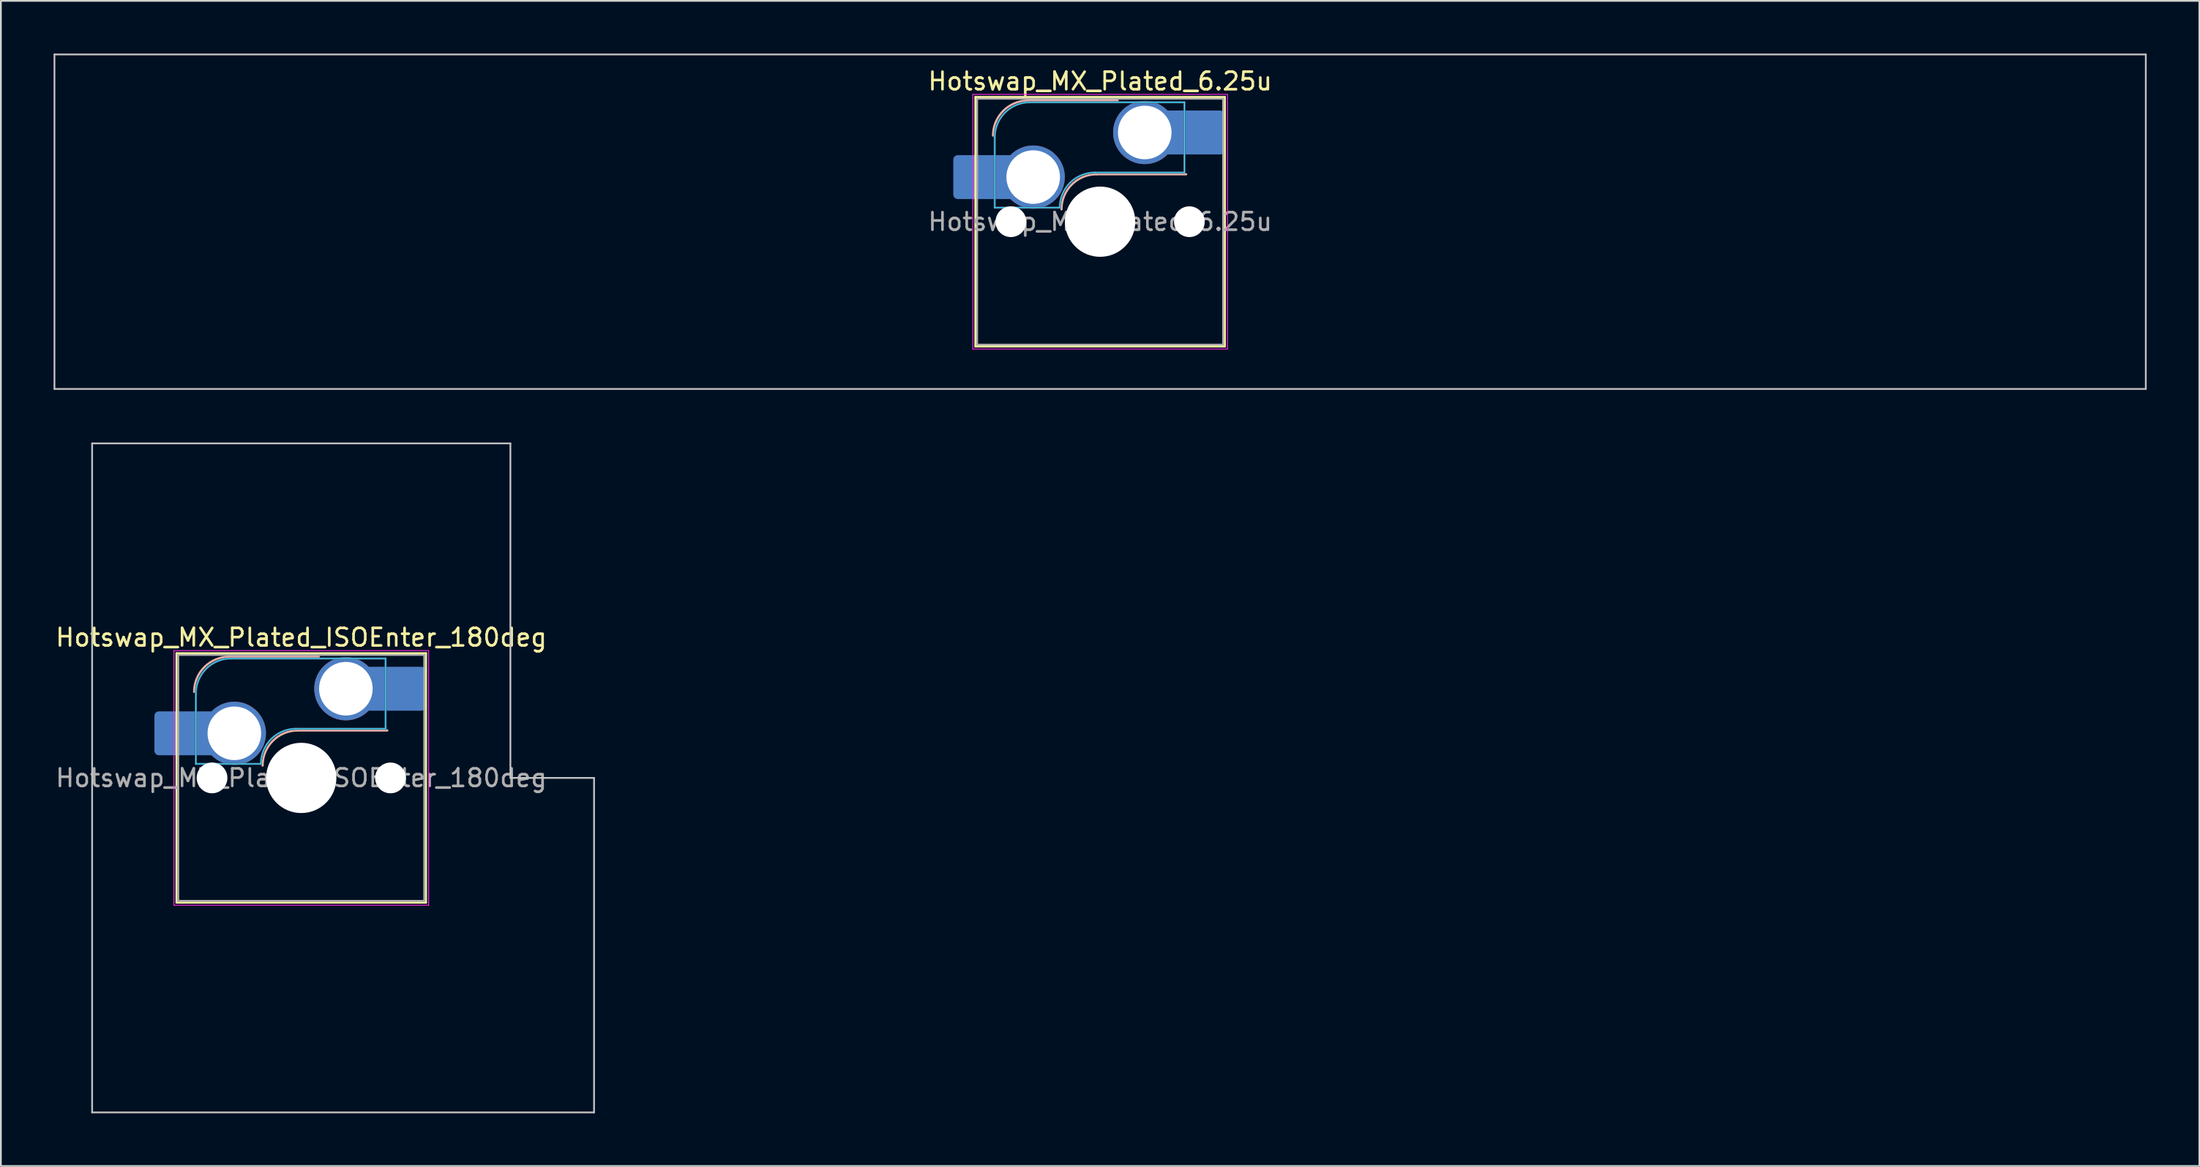
<source format=kicad_pcb>
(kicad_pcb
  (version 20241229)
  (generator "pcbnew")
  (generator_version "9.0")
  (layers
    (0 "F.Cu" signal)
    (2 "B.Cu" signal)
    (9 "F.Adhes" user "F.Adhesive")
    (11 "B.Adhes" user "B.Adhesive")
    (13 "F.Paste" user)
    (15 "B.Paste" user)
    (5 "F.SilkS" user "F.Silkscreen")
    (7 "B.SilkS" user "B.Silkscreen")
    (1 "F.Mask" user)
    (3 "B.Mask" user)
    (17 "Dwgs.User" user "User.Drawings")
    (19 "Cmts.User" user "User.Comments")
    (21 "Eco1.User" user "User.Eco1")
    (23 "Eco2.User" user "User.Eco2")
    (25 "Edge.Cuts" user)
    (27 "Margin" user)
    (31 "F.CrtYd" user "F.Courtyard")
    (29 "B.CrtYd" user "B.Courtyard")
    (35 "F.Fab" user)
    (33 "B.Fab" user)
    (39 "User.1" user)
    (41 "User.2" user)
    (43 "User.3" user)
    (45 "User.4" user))
  (footprint "Hotswap_MX_Plated_ISOEnter_180deg"
    (layer "F.Cu")
    (at 14.101 41.25)
    (property "Reference" "Hotswap_MX_Plated_ISOEnter_180deg" (at 0 -8 0) (layer "F.SilkS") (effects (font (size 1 1) (thickness 0.15))))
    (attr smd)
    (fp_line (start -7.1 -7.1) (end -7.1 7.1) (stroke (width 0.12) (type solid)) (layer "F.SilkS"))
    (fp_line (start -7.1 7.1) (end 7.1 7.1) (stroke (width 0.12) (type solid)) (layer "F.SilkS"))
    (fp_line (start 7.1 -7.1) (end -7.1 -7.1) (stroke (width 0.12) (type solid)) (layer "F.SilkS"))
    (fp_line (start 7.1 7.1) (end 7.1 -7.1) (stroke (width 0.12) (type solid)) (layer "F.SilkS"))
    (fp_line (start -4.1 -6.9) (end 1 -6.9) (stroke (width 0.12) (type solid)) (layer "B.SilkS"))
    (fp_line (start -0.2 -2.7) (end 4.9 -2.7) (stroke (width 0.12) (type solid)) (layer "B.SilkS"))
    (fp_arc (start -6.1 -4.9) (mid -5.514214 -6.314214) (end -4.1 -6.9) (stroke (width 0.12) (type solid)) (layer "B.SilkS"))
    (fp_arc (start -2.2 -0.7) (mid -1.614214 -2.114214) (end -0.2 -2.7) (stroke (width 0.12) (type solid)) (layer "B.SilkS"))
    (fp_line (start -11.906 -19.05) (end -11.906 19.05) (stroke (width 0.1) (type solid)) (layer "Dwgs.User"))
    (fp_line (start -11.906 19.05) (end 16.669 19.05) (stroke (width 0.1) (type solid)) (layer "Dwgs.User"))
    (fp_line (start 11.906 -19.05) (end -11.906 -19.05) (stroke (width 0.1) (type solid)) (layer "Dwgs.User"))
    (fp_line (start 11.906 0) (end 11.906 -19.05) (stroke (width 0.1) (type solid)) (layer "Dwgs.User"))
    (fp_line (start 16.669 0) (end 11.906 0) (stroke (width 0.1) (type solid)) (layer "Dwgs.User"))
    (fp_line (start 16.669 19.05) (end 16.669 0) (stroke (width 0.1) (type solid)) (layer "Dwgs.User"))
    (fp_line (start -7.8 -6) (end -7 -6) (stroke (width 0.1) (type solid)) (layer "Eco1.User"))
    (fp_line (start -7.8 -2.9) (end -7.8 -6) (stroke (width 0.1) (type solid)) (layer "Eco1.User"))
    (fp_line (start -7.8 2.9) (end -7 2.9) (stroke (width 0.1) (type solid)) (layer "Eco1.User"))
    (fp_line (start -7.8 6) (end -7.8 2.9) (stroke (width 0.1) (type solid)) (layer "Eco1.User"))
    (fp_line (start -7 -7) (end 7 -7) (stroke (width 0.1) (type solid)) (layer "Eco1.User"))
    (fp_line (start -7 -6) (end -7 -7) (stroke (width 0.1) (type solid)) (layer "Eco1.User"))
    (fp_line (start -7 -2.9) (end -7.8 -2.9) (stroke (width 0.1) (type solid)) (layer "Eco1.User"))
    (fp_line (start -7 2.9) (end -7 -2.9) (stroke (width 0.1) (type solid)) (layer "Eco1.User"))
    (fp_line (start -7 6) (end -7.8 6) (stroke (width 0.1) (type solid)) (layer "Eco1.User"))
    (fp_line (start -7 7) (end -7 6) (stroke (width 0.1) (type solid)) (layer "Eco1.User"))
    (fp_line (start 7 -7) (end 7 -6) (stroke (width 0.1) (type solid)) (layer "Eco1.User"))
    (fp_line (start 7 -6) (end 7.8 -6) (stroke (width 0.1) (type solid)) (layer "Eco1.User"))
    (fp_line (start 7 -2.9) (end 7 2.9) (stroke (width 0.1) (type solid)) (layer "Eco1.User"))
    (fp_line (start 7 2.9) (end 7.8 2.9) (stroke (width 0.1) (type solid)) (layer "Eco1.User"))
    (fp_line (start 7 6) (end 7 7) (stroke (width 0.1) (type solid)) (layer "Eco1.User"))
    (fp_line (start 7 7) (end -7 7) (stroke (width 0.1) (type solid)) (layer "Eco1.User"))
    (fp_line (start 7.8 -6) (end 7.8 -2.9) (stroke (width 0.1) (type solid)) (layer "Eco1.User"))
    (fp_line (start 7.8 -2.9) (end 7 -2.9) (stroke (width 0.1) (type solid)) (layer "Eco1.User"))
    (fp_line (start 7.8 2.9) (end 7.8 6) (stroke (width 0.1) (type solid)) (layer "Eco1.User"))
    (fp_line (start 7.8 6) (end 7 6) (stroke (width 0.1) (type solid)) (layer "Eco1.User"))
    (fp_line (start -6 -0.8) (end -6 -4.8) (stroke (width 0.05) (type solid)) (layer "B.CrtYd"))
    (fp_line (start -6 -0.8) (end -2.3 -0.8) (stroke (width 0.05) (type solid)) (layer "B.CrtYd"))
    (fp_line (start -4 -6.8) (end 4.8 -6.8) (stroke (width 0.05) (type solid)) (layer "B.CrtYd"))
    (fp_line (start -0.3 -2.8) (end 4.8 -2.8) (stroke (width 0.05) (type solid)) (layer "B.CrtYd"))
    (fp_line (start 4.8 -6.8) (end 4.8 -2.8) (stroke (width 0.05) (type solid)) (layer "B.CrtYd"))
    (fp_arc (start -6 -4.8) (mid -5.414214 -6.214214) (end -4 -6.8) (stroke (width 0.05) (type solid)) (layer "B.CrtYd"))
    (fp_arc (start -2.3 -0.8) (mid -1.714214 -2.214214) (end -0.3 -2.8) (stroke (width 0.05) (type solid)) (layer "B.CrtYd"))
    (fp_line (start -7.25 -7.25) (end -7.25 7.25) (stroke (width 0.05) (type solid)) (layer "F.CrtYd"))
    (fp_line (start -7.25 7.25) (end 7.25 7.25) (stroke (width 0.05) (type solid)) (layer "F.CrtYd"))
    (fp_line (start 7.25 -7.25) (end -7.25 -7.25) (stroke (width 0.05) (type solid)) (layer "F.CrtYd"))
    (fp_line (start 7.25 7.25) (end 7.25 -7.25) (stroke (width 0.05) (type solid)) (layer "F.CrtYd"))
    (fp_line (start -6 -0.8) (end -6 -4.8) (stroke (width 0.12) (type solid)) (layer "B.Fab"))
    (fp_line (start -6 -0.8) (end -2.3 -0.8) (stroke (width 0.12) (type solid)) (layer "B.Fab"))
    (fp_line (start -4 -6.8) (end 4.8 -6.8) (stroke (width 0.12) (type solid)) (layer "B.Fab"))
    (fp_line (start -0.3 -2.8) (end 4.8 -2.8) (stroke (width 0.12) (type solid)) (layer "B.Fab"))
    (fp_line (start 4.8 -6.8) (end 4.8 -2.8) (stroke (width 0.12) (type solid)) (layer "B.Fab"))
    (fp_arc (start -6 -4.8) (mid -5.414214 -6.214214) (end -4 -6.8) (stroke (width 0.12) (type solid)) (layer "B.Fab"))
    (fp_arc (start -2.3 -0.8) (mid -1.714214 -2.214214) (end -0.3 -2.8) (stroke (width 0.12) (type solid)) (layer "B.Fab"))
    (fp_line (start -7 -7) (end -7 7) (stroke (width 0.1) (type solid)) (layer "F.Fab"))
    (fp_line (start -7 7) (end 7 7) (stroke (width 0.1) (type solid)) (layer "F.Fab"))
    (fp_line (start 7 -7) (end -7 -7) (stroke (width 0.1) (type solid)) (layer "F.Fab"))
    (fp_line (start 7 7) (end 7 -7) (stroke (width 0.1) (type solid)) (layer "F.Fab"))
    (fp_text user "${REFERENCE}" (at 0 0 0) (layer "F.Fab") (effects (font (size 1 1) (thickness 0.15))))
    (pad "" smd roundrect (at -7.085 -2.54) (size 2.55 2.5) (layers "B.Mask" "B.Paste") (roundrect_rratio 0.1))
    (pad "" np_thru_hole circle (at -5.08 0) (size 1.75 1.75) (drill 1.75) (layers "*.Cu" "*.Mask"))
    (pad "" np_thru_hole circle (at 0 0) (size 4 4) (drill 4) (layers "*.Cu" "*.Mask"))
    (pad "" np_thru_hole circle (at 5.08 0) (size 1.75 1.75) (drill 1.75) (layers "*.Cu" "*.Mask"))
    (pad "" smd roundrect (at 5.842 -5.08) (size 2.55 2.5) (layers "B.Mask" "B.Paste") (roundrect_rratio 0.1))
    (pad "1" smd roundrect (at -6.585 -2.54) (size 3.55 2.5) (layers "B.Cu") (roundrect_rratio 0.1))
    (pad "1" thru_hole circle (at -3.81 -2.54) (size 3.6 3.6) (drill 3.05) (layers "*.Cu" "*.Mask"))
    (pad "2" thru_hole circle (at 2.54 -5.08) (size 3.6 3.6) (drill 3.05) (layers "*.Cu" "*.Mask"))
    (pad "2" smd roundrect (at 5.32 -5.08) (size 3.55 2.5) (layers "B.Cu") (roundrect_rratio 0.1)))
  (footprint "Hotswap_MX_Plated_6.25u"
    (layer "F.Cu")
    (at 59.581 9.575)
    (property "Reference" "Hotswap_MX_Plated_6.25u" (at 0 -8 0) (layer "F.SilkS") (effects (font (size 1 1) (thickness 0.15))))
    (attr smd)
    (fp_line (start -7.1 -7.1) (end -7.1 7.1) (stroke (width 0.12) (type solid)) (layer "F.SilkS"))
    (fp_line (start -7.1 7.1) (end 7.1 7.1) (stroke (width 0.12) (type solid)) (layer "F.SilkS"))
    (fp_line (start 7.1 -7.1) (end -7.1 -7.1) (stroke (width 0.12) (type solid)) (layer "F.SilkS"))
    (fp_line (start 7.1 7.1) (end 7.1 -7.1) (stroke (width 0.12) (type solid)) (layer "F.SilkS"))
    (fp_line (start -4.1 -6.9) (end 1 -6.9) (stroke (width 0.12) (type solid)) (layer "B.SilkS"))
    (fp_line (start -0.2 -2.7) (end 4.9 -2.7) (stroke (width 0.12) (type solid)) (layer "B.SilkS"))
    (fp_arc (start -6.1 -4.9) (mid -5.514214 -6.314214) (end -4.1 -6.9) (stroke (width 0.12) (type solid)) (layer "B.SilkS"))
    (fp_arc (start -2.2 -0.7) (mid -1.614214 -2.114214) (end -0.2 -2.7) (stroke (width 0.12) (type solid)) (layer "B.SilkS"))
    (fp_line (start -59.531 -9.525) (end -59.531 9.525) (stroke (width 0.1) (type solid)) (layer "Dwgs.User"))
    (fp_line (start -59.531 9.525) (end 59.531 9.525) (stroke (width 0.1) (type solid)) (layer "Dwgs.User"))
    (fp_line (start 59.531 -9.525) (end -59.531 -9.525) (stroke (width 0.1) (type solid)) (layer "Dwgs.User"))
    (fp_line (start 59.531 9.525) (end 59.531 -9.525) (stroke (width 0.1) (type solid)) (layer "Dwgs.User"))
    (fp_line (start -7.8 -6) (end -7 -6) (stroke (width 0.1) (type solid)) (layer "Eco1.User"))
    (fp_line (start -7.8 -2.9) (end -7.8 -6) (stroke (width 0.1) (type solid)) (layer "Eco1.User"))
    (fp_line (start -7.8 2.9) (end -7 2.9) (stroke (width 0.1) (type solid)) (layer "Eco1.User"))
    (fp_line (start -7.8 6) (end -7.8 2.9) (stroke (width 0.1) (type solid)) (layer "Eco1.User"))
    (fp_line (start -7 -7) (end 7 -7) (stroke (width 0.1) (type solid)) (layer "Eco1.User"))
    (fp_line (start -7 -6) (end -7 -7) (stroke (width 0.1) (type solid)) (layer "Eco1.User"))
    (fp_line (start -7 -2.9) (end -7.8 -2.9) (stroke (width 0.1) (type solid)) (layer "Eco1.User"))
    (fp_line (start -7 2.9) (end -7 -2.9) (stroke (width 0.1) (type solid)) (layer "Eco1.User"))
    (fp_line (start -7 6) (end -7.8 6) (stroke (width 0.1) (type solid)) (layer "Eco1.User"))
    (fp_line (start -7 7) (end -7 6) (stroke (width 0.1) (type solid)) (layer "Eco1.User"))
    (fp_line (start 7 -7) (end 7 -6) (stroke (width 0.1) (type solid)) (layer "Eco1.User"))
    (fp_line (start 7 -6) (end 7.8 -6) (stroke (width 0.1) (type solid)) (layer "Eco1.User"))
    (fp_line (start 7 -2.9) (end 7 2.9) (stroke (width 0.1) (type solid)) (layer "Eco1.User"))
    (fp_line (start 7 2.9) (end 7.8 2.9) (stroke (width 0.1) (type solid)) (layer "Eco1.User"))
    (fp_line (start 7 6) (end 7 7) (stroke (width 0.1) (type solid)) (layer "Eco1.User"))
    (fp_line (start 7 7) (end -7 7) (stroke (width 0.1) (type solid)) (layer "Eco1.User"))
    (fp_line (start 7.8 -6) (end 7.8 -2.9) (stroke (width 0.1) (type solid)) (layer "Eco1.User"))
    (fp_line (start 7.8 -2.9) (end 7 -2.9) (stroke (width 0.1) (type solid)) (layer "Eco1.User"))
    (fp_line (start 7.8 2.9) (end 7.8 6) (stroke (width 0.1) (type solid)) (layer "Eco1.User"))
    (fp_line (start 7.8 6) (end 7 6) (stroke (width 0.1) (type solid)) (layer "Eco1.User"))
    (fp_line (start -6 -0.8) (end -6 -4.8) (stroke (width 0.05) (type solid)) (layer "B.CrtYd"))
    (fp_line (start -6 -0.8) (end -2.3 -0.8) (stroke (width 0.05) (type solid)) (layer "B.CrtYd"))
    (fp_line (start -4 -6.8) (end 4.8 -6.8) (stroke (width 0.05) (type solid)) (layer "B.CrtYd"))
    (fp_line (start -0.3 -2.8) (end 4.8 -2.8) (stroke (width 0.05) (type solid)) (layer "B.CrtYd"))
    (fp_line (start 4.8 -6.8) (end 4.8 -2.8) (stroke (width 0.05) (type solid)) (layer "B.CrtYd"))
    (fp_arc (start -6 -4.8) (mid -5.414214 -6.214214) (end -4 -6.8) (stroke (width 0.05) (type solid)) (layer "B.CrtYd"))
    (fp_arc (start -2.3 -0.8) (mid -1.714214 -2.214214) (end -0.3 -2.8) (stroke (width 0.05) (type solid)) (layer "B.CrtYd"))
    (fp_line (start -7.25 -7.25) (end -7.25 7.25) (stroke (width 0.05) (type solid)) (layer "F.CrtYd"))
    (fp_line (start -7.25 7.25) (end 7.25 7.25) (stroke (width 0.05) (type solid)) (layer "F.CrtYd"))
    (fp_line (start 7.25 -7.25) (end -7.25 -7.25) (stroke (width 0.05) (type solid)) (layer "F.CrtYd"))
    (fp_line (start 7.25 7.25) (end 7.25 -7.25) (stroke (width 0.05) (type solid)) (layer "F.CrtYd"))
    (fp_line (start -6 -0.8) (end -6 -4.8) (stroke (width 0.12) (type solid)) (layer "B.Fab"))
    (fp_line (start -6 -0.8) (end -2.3 -0.8) (stroke (width 0.12) (type solid)) (layer "B.Fab"))
    (fp_line (start -4 -6.8) (end 4.8 -6.8) (stroke (width 0.12) (type solid)) (layer "B.Fab"))
    (fp_line (start -0.3 -2.8) (end 4.8 -2.8) (stroke (width 0.12) (type solid)) (layer "B.Fab"))
    (fp_line (start 4.8 -6.8) (end 4.8 -2.8) (stroke (width 0.12) (type solid)) (layer "B.Fab"))
    (fp_arc (start -6 -4.8) (mid -5.414214 -6.214214) (end -4 -6.8) (stroke (width 0.12) (type solid)) (layer "B.Fab"))
    (fp_arc (start -2.3 -0.8) (mid -1.714214 -2.214214) (end -0.3 -2.8) (stroke (width 0.12) (type solid)) (layer "B.Fab"))
    (fp_line (start -7 -7) (end -7 7) (stroke (width 0.1) (type solid)) (layer "F.Fab"))
    (fp_line (start -7 7) (end 7 7) (stroke (width 0.1) (type solid)) (layer "F.Fab"))
    (fp_line (start 7 -7) (end -7 -7) (stroke (width 0.1) (type solid)) (layer "F.Fab"))
    (fp_line (start 7 7) (end 7 -7) (stroke (width 0.1) (type solid)) (layer "F.Fab"))
    (fp_text user "${REFERENCE}" (at 0 0 0) (layer "F.Fab") (effects (font (size 1 1) (thickness 0.15))))
    (pad "" smd roundrect (at -7.085 -2.54) (size 2.55 2.5) (layers "B.Mask" "B.Paste") (roundrect_rratio 0.1))
    (pad "" np_thru_hole circle (at -5.08 0) (size 1.75 1.75) (drill 1.75) (layers "*.Cu" "*.Mask"))
    (pad "" np_thru_hole circle (at 0 0) (size 4 4) (drill 4) (layers "*.Cu" "*.Mask"))
    (pad "" np_thru_hole circle (at 5.08 0) (size 1.75 1.75) (drill 1.75) (layers "*.Cu" "*.Mask"))
    (pad "" smd roundrect (at 5.842 -5.08) (size 2.55 2.5) (layers "B.Mask" "B.Paste") (roundrect_rratio 0.1))
    (pad "1" smd roundrect (at -6.585 -2.54) (size 3.55 2.5) (layers "B.Cu") (roundrect_rratio 0.1))
    (pad "1" thru_hole circle (at -3.81 -2.54) (size 3.6 3.6) (drill 3.05) (layers "*.Cu" "*.Mask"))
    (pad "2" thru_hole circle (at 2.54 -5.08) (size 3.6 3.6) (drill 3.05) (layers "*.Cu" "*.Mask"))
    (pad "2" smd roundrect (at 5.32 -5.08) (size 3.55 2.5) (layers "B.Cu") (roundrect_rratio 0.1)))
  (gr_rect
    (start -3 -3)
    (end 122.162 63.35)
    (stroke (width 0.1) (type default))
    (fill no)
    (layer "Edge.Cuts")))
</source>
